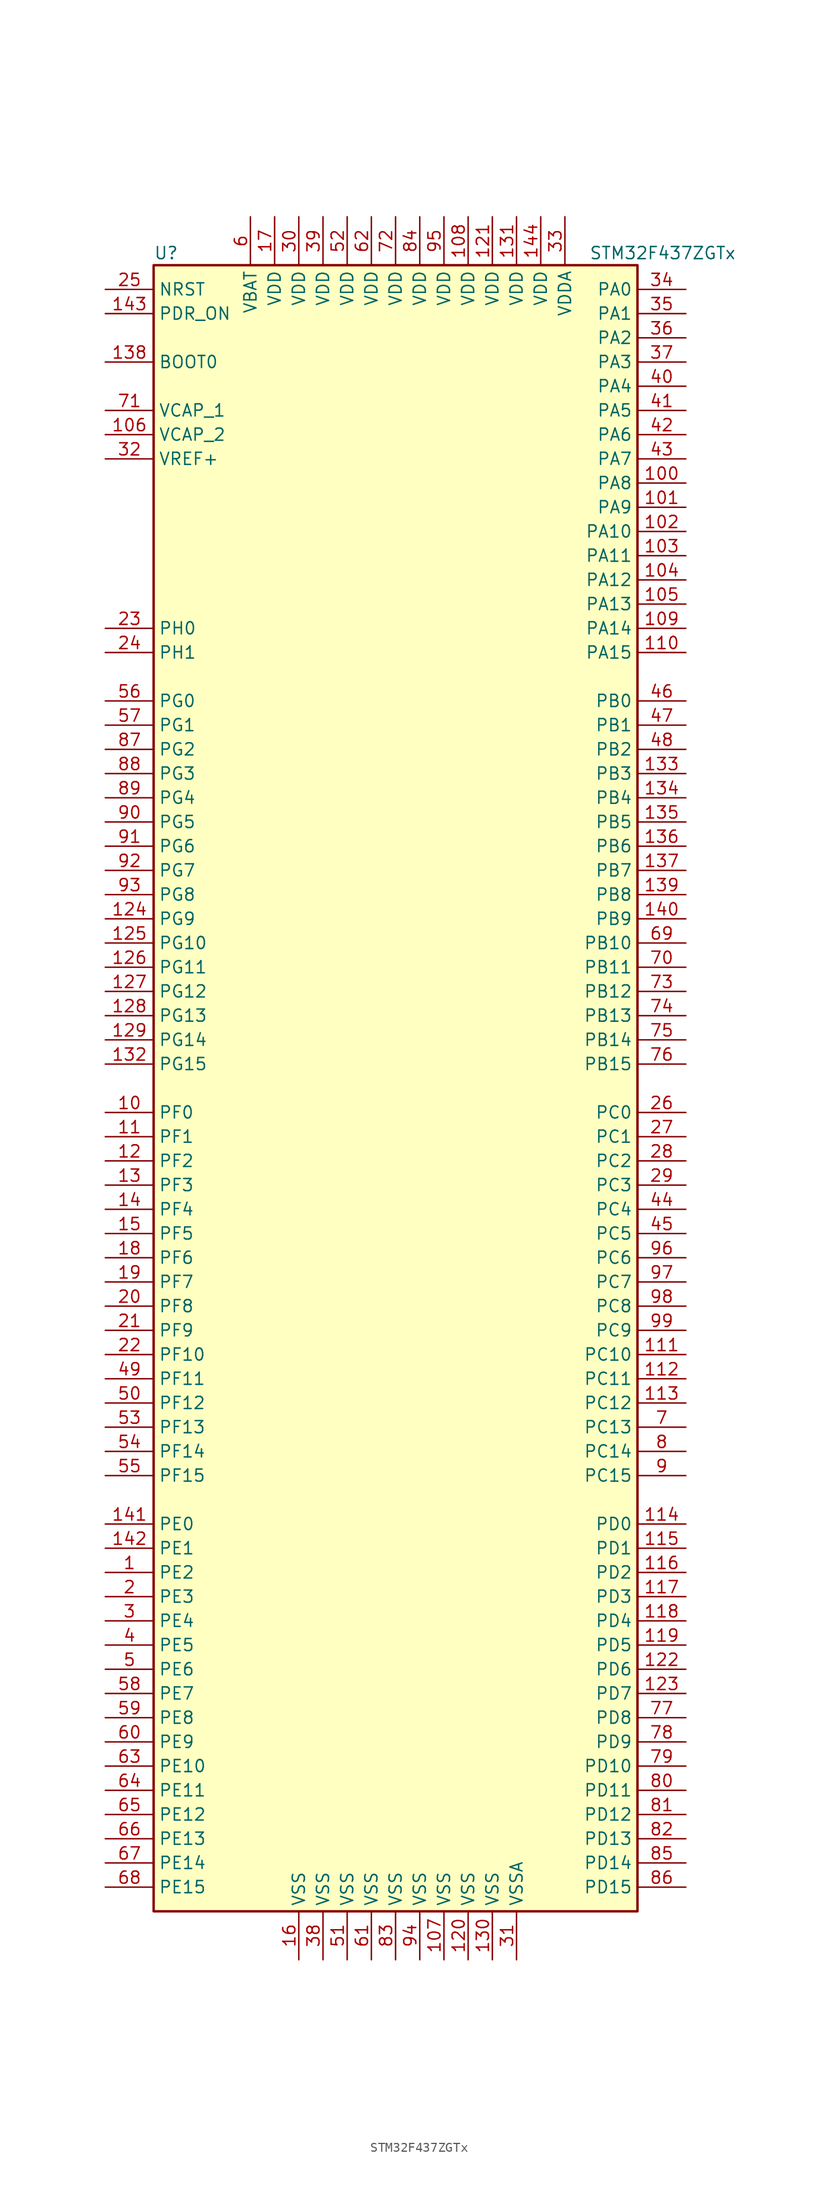
<source format=kicad_sym>
(kicad_symbol_lib
  (version 20201005)
  (generator kicad_symbol_editor)
  (symbol "MCU_ST_STM32F4:STM32F437ZGTx"
    (property "Reference" "U"
      (at -25.4 87.63 0)
      (effects (font (size 1.27 1.27)) (justify left)))
    (property "Value" "STM32F437ZGTx"
      (at 20.32 87.63 0)
      (effects (font (size 1.27 1.27)) (justify left)))
    (symbol "STM32F437ZGTx_0_1"
      (rectangle (start -25.4 -86.36) (end 25.4 86.36) (stroke (width 0.254)) (fill (type background))))
    (symbol "STM32F437ZGTx_1_1"
      (pin input line (at -30.48 76.2 0) (length 5.08) (name "BOOT0" (effects (font (size 1.27 1.27)))) (number "138" (effects (font (size 1.27 1.27)))))
      (pin input line (at -30.48 83.82 0) (length 5.08) (name "NRST" (effects (font (size 1.27 1.27)))) (number "25" (effects (font (size 1.27 1.27)))))
      (pin bidirectional line (at 30.48 83.82 180) (length 5.08) (name "PA0" (effects (font (size 1.27 1.27)))) (number "34" (effects (font (size 1.27 1.27)))))
      (pin bidirectional line (at 30.48 81.28 180) (length 5.08) (name "PA1" (effects (font (size 1.27 1.27)))) (number "35" (effects (font (size 1.27 1.27)))))
      (pin bidirectional line (at 30.48 58.42 180) (length 5.08) (name "PA10" (effects (font (size 1.27 1.27)))) (number "102" (effects (font (size 1.27 1.27)))))
      (pin bidirectional line (at 30.48 55.88 180) (length 5.08) (name "PA11" (effects (font (size 1.27 1.27)))) (number "103" (effects (font (size 1.27 1.27)))))
      (pin bidirectional line (at 30.48 53.34 180) (length 5.08) (name "PA12" (effects (font (size 1.27 1.27)))) (number "104" (effects (font (size 1.27 1.27)))))
      (pin bidirectional line (at 30.48 50.8 180) (length 5.08) (name "PA13" (effects (font (size 1.27 1.27)))) (number "105" (effects (font (size 1.27 1.27)))))
      (pin bidirectional line (at 30.48 48.26 180) (length 5.08) (name "PA14" (effects (font (size 1.27 1.27)))) (number "109" (effects (font (size 1.27 1.27)))))
      (pin bidirectional line (at 30.48 45.72 180) (length 5.08) (name "PA15" (effects (font (size 1.27 1.27)))) (number "110" (effects (font (size 1.27 1.27)))))
      (pin bidirectional line (at 30.48 78.74 180) (length 5.08) (name "PA2" (effects (font (size 1.27 1.27)))) (number "36" (effects (font (size 1.27 1.27)))))
      (pin bidirectional line (at 30.48 76.2 180) (length 5.08) (name "PA3" (effects (font (size 1.27 1.27)))) (number "37" (effects (font (size 1.27 1.27)))))
      (pin bidirectional line (at 30.48 73.66 180) (length 5.08) (name "PA4" (effects (font (size 1.27 1.27)))) (number "40" (effects (font (size 1.27 1.27)))))
      (pin bidirectional line (at 30.48 71.12 180) (length 5.08) (name "PA5" (effects (font (size 1.27 1.27)))) (number "41" (effects (font (size 1.27 1.27)))))
      (pin bidirectional line (at 30.48 68.58 180) (length 5.08) (name "PA6" (effects (font (size 1.27 1.27)))) (number "42" (effects (font (size 1.27 1.27)))))
      (pin bidirectional line (at 30.48 66.04 180) (length 5.08) (name "PA7" (effects (font (size 1.27 1.27)))) (number "43" (effects (font (size 1.27 1.27)))))
      (pin bidirectional line (at 30.48 63.5 180) (length 5.08) (name "PA8" (effects (font (size 1.27 1.27)))) (number "100" (effects (font (size 1.27 1.27)))))
      (pin bidirectional line (at 30.48 60.96 180) (length 5.08) (name "PA9" (effects (font (size 1.27 1.27)))) (number "101" (effects (font (size 1.27 1.27)))))
      (pin bidirectional line (at 30.48 40.64 180) (length 5.08) (name "PB0" (effects (font (size 1.27 1.27)))) (number "46" (effects (font (size 1.27 1.27)))))
      (pin bidirectional line (at 30.48 38.1 180) (length 5.08) (name "PB1" (effects (font (size 1.27 1.27)))) (number "47" (effects (font (size 1.27 1.27)))))
      (pin bidirectional line (at 30.48 15.24 180) (length 5.08) (name "PB10" (effects (font (size 1.27 1.27)))) (number "69" (effects (font (size 1.27 1.27)))))
      (pin bidirectional line (at 30.48 12.7 180) (length 5.08) (name "PB11" (effects (font (size 1.27 1.27)))) (number "70" (effects (font (size 1.27 1.27)))))
      (pin bidirectional line (at 30.48 10.16 180) (length 5.08) (name "PB12" (effects (font (size 1.27 1.27)))) (number "73" (effects (font (size 1.27 1.27)))))
      (pin bidirectional line (at 30.48 7.62 180) (length 5.08) (name "PB13" (effects (font (size 1.27 1.27)))) (number "74" (effects (font (size 1.27 1.27)))))
      (pin bidirectional line (at 30.48 5.08 180) (length 5.08) (name "PB14" (effects (font (size 1.27 1.27)))) (number "75" (effects (font (size 1.27 1.27)))))
      (pin bidirectional line (at 30.48 2.54 180) (length 5.08) (name "PB15" (effects (font (size 1.27 1.27)))) (number "76" (effects (font (size 1.27 1.27)))))
      (pin bidirectional line (at 30.48 35.56 180) (length 5.08) (name "PB2" (effects (font (size 1.27 1.27)))) (number "48" (effects (font (size 1.27 1.27)))))
      (pin bidirectional line (at 30.48 33.02 180) (length 5.08) (name "PB3" (effects (font (size 1.27 1.27)))) (number "133" (effects (font (size 1.27 1.27)))))
      (pin bidirectional line (at 30.48 30.48 180) (length 5.08) (name "PB4" (effects (font (size 1.27 1.27)))) (number "134" (effects (font (size 1.27 1.27)))))
      (pin bidirectional line (at 30.48 27.94 180) (length 5.08) (name "PB5" (effects (font (size 1.27 1.27)))) (number "135" (effects (font (size 1.27 1.27)))))
      (pin bidirectional line (at 30.48 25.4 180) (length 5.08) (name "PB6" (effects (font (size 1.27 1.27)))) (number "136" (effects (font (size 1.27 1.27)))))
      (pin bidirectional line (at 30.48 22.86 180) (length 5.08) (name "PB7" (effects (font (size 1.27 1.27)))) (number "137" (effects (font (size 1.27 1.27)))))
      (pin bidirectional line (at 30.48 20.32 180) (length 5.08) (name "PB8" (effects (font (size 1.27 1.27)))) (number "139" (effects (font (size 1.27 1.27)))))
      (pin bidirectional line (at 30.48 17.78 180) (length 5.08) (name "PB9" (effects (font (size 1.27 1.27)))) (number "140" (effects (font (size 1.27 1.27)))))
      (pin bidirectional line (at 30.48 -2.54 180) (length 5.08) (name "PC0" (effects (font (size 1.27 1.27)))) (number "26" (effects (font (size 1.27 1.27)))))
      (pin bidirectional line (at 30.48 -5.08 180) (length 5.08) (name "PC1" (effects (font (size 1.27 1.27)))) (number "27" (effects (font (size 1.27 1.27)))))
      (pin bidirectional line (at 30.48 -27.94 180) (length 5.08) (name "PC10" (effects (font (size 1.27 1.27)))) (number "111" (effects (font (size 1.27 1.27)))))
      (pin bidirectional line (at 30.48 -30.48 180) (length 5.08) (name "PC11" (effects (font (size 1.27 1.27)))) (number "112" (effects (font (size 1.27 1.27)))))
      (pin bidirectional line (at 30.48 -33.02 180) (length 5.08) (name "PC12" (effects (font (size 1.27 1.27)))) (number "113" (effects (font (size 1.27 1.27)))))
      (pin bidirectional line (at 30.48 -35.56 180) (length 5.08) (name "PC13" (effects (font (size 1.27 1.27)))) (number "7" (effects (font (size 1.27 1.27)))))
      (pin bidirectional line (at 30.48 -38.1 180) (length 5.08) (name "PC14" (effects (font (size 1.27 1.27)))) (number "8" (effects (font (size 1.27 1.27)))))
      (pin bidirectional line (at 30.48 -40.64 180) (length 5.08) (name "PC15" (effects (font (size 1.27 1.27)))) (number "9" (effects (font (size 1.27 1.27)))))
      (pin bidirectional line (at 30.48 -7.62 180) (length 5.08) (name "PC2" (effects (font (size 1.27 1.27)))) (number "28" (effects (font (size 1.27 1.27)))))
      (pin bidirectional line (at 30.48 -10.16 180) (length 5.08) (name "PC3" (effects (font (size 1.27 1.27)))) (number "29" (effects (font (size 1.27 1.27)))))
      (pin bidirectional line (at 30.48 -12.7 180) (length 5.08) (name "PC4" (effects (font (size 1.27 1.27)))) (number "44" (effects (font (size 1.27 1.27)))))
      (pin bidirectional line (at 30.48 -15.24 180) (length 5.08) (name "PC5" (effects (font (size 1.27 1.27)))) (number "45" (effects (font (size 1.27 1.27)))))
      (pin bidirectional line (at 30.48 -17.78 180) (length 5.08) (name "PC6" (effects (font (size 1.27 1.27)))) (number "96" (effects (font (size 1.27 1.27)))))
      (pin bidirectional line (at 30.48 -20.32 180) (length 5.08) (name "PC7" (effects (font (size 1.27 1.27)))) (number "97" (effects (font (size 1.27 1.27)))))
      (pin bidirectional line (at 30.48 -22.86 180) (length 5.08) (name "PC8" (effects (font (size 1.27 1.27)))) (number "98" (effects (font (size 1.27 1.27)))))
      (pin bidirectional line (at 30.48 -25.4 180) (length 5.08) (name "PC9" (effects (font (size 1.27 1.27)))) (number "99" (effects (font (size 1.27 1.27)))))
      (pin bidirectional line (at 30.48 -45.72 180) (length 5.08) (name "PD0" (effects (font (size 1.27 1.27)))) (number "114" (effects (font (size 1.27 1.27)))))
      (pin bidirectional line (at 30.48 -48.26 180) (length 5.08) (name "PD1" (effects (font (size 1.27 1.27)))) (number "115" (effects (font (size 1.27 1.27)))))
      (pin bidirectional line (at 30.48 -71.12 180) (length 5.08) (name "PD10" (effects (font (size 1.27 1.27)))) (number "79" (effects (font (size 1.27 1.27)))))
      (pin bidirectional line (at 30.48 -73.66 180) (length 5.08) (name "PD11" (effects (font (size 1.27 1.27)))) (number "80" (effects (font (size 1.27 1.27)))))
      (pin bidirectional line (at 30.48 -76.2 180) (length 5.08) (name "PD12" (effects (font (size 1.27 1.27)))) (number "81" (effects (font (size 1.27 1.27)))))
      (pin bidirectional line (at 30.48 -78.74 180) (length 5.08) (name "PD13" (effects (font (size 1.27 1.27)))) (number "82" (effects (font (size 1.27 1.27)))))
      (pin bidirectional line (at 30.48 -81.28 180) (length 5.08) (name "PD14" (effects (font (size 1.27 1.27)))) (number "85" (effects (font (size 1.27 1.27)))))
      (pin bidirectional line (at 30.48 -83.82 180) (length 5.08) (name "PD15" (effects (font (size 1.27 1.27)))) (number "86" (effects (font (size 1.27 1.27)))))
      (pin bidirectional line (at 30.48 -50.8 180) (length 5.08) (name "PD2" (effects (font (size 1.27 1.27)))) (number "116" (effects (font (size 1.27 1.27)))))
      (pin bidirectional line (at 30.48 -53.34 180) (length 5.08) (name "PD3" (effects (font (size 1.27 1.27)))) (number "117" (effects (font (size 1.27 1.27)))))
      (pin bidirectional line (at 30.48 -55.88 180) (length 5.08) (name "PD4" (effects (font (size 1.27 1.27)))) (number "118" (effects (font (size 1.27 1.27)))))
      (pin bidirectional line (at 30.48 -58.42 180) (length 5.08) (name "PD5" (effects (font (size 1.27 1.27)))) (number "119" (effects (font (size 1.27 1.27)))))
      (pin bidirectional line (at 30.48 -60.96 180) (length 5.08) (name "PD6" (effects (font (size 1.27 1.27)))) (number "122" (effects (font (size 1.27 1.27)))))
      (pin bidirectional line (at 30.48 -63.5 180) (length 5.08) (name "PD7" (effects (font (size 1.27 1.27)))) (number "123" (effects (font (size 1.27 1.27)))))
      (pin bidirectional line (at 30.48 -66.04 180) (length 5.08) (name "PD8" (effects (font (size 1.27 1.27)))) (number "77" (effects (font (size 1.27 1.27)))))
      (pin bidirectional line (at 30.48 -68.58 180) (length 5.08) (name "PD9" (effects (font (size 1.27 1.27)))) (number "78" (effects (font (size 1.27 1.27)))))
      (pin input line (at -30.48 81.28 0) (length 5.08) (name "PDR_ON" (effects (font (size 1.27 1.27)))) (number "143" (effects (font (size 1.27 1.27)))))
      (pin bidirectional line (at -30.48 -45.72 0) (length 5.08) (name "PE0" (effects (font (size 1.27 1.27)))) (number "141" (effects (font (size 1.27 1.27)))))
      (pin bidirectional line (at -30.48 -48.26 0) (length 5.08) (name "PE1" (effects (font (size 1.27 1.27)))) (number "142" (effects (font (size 1.27 1.27)))))
      (pin bidirectional line (at -30.48 -71.12 0) (length 5.08) (name "PE10" (effects (font (size 1.27 1.27)))) (number "63" (effects (font (size 1.27 1.27)))))
      (pin bidirectional line (at -30.48 -73.66 0) (length 5.08) (name "PE11" (effects (font (size 1.27 1.27)))) (number "64" (effects (font (size 1.27 1.27)))))
      (pin bidirectional line (at -30.48 -76.2 0) (length 5.08) (name "PE12" (effects (font (size 1.27 1.27)))) (number "65" (effects (font (size 1.27 1.27)))))
      (pin bidirectional line (at -30.48 -78.74 0) (length 5.08) (name "PE13" (effects (font (size 1.27 1.27)))) (number "66" (effects (font (size 1.27 1.27)))))
      (pin bidirectional line (at -30.48 -81.28 0) (length 5.08) (name "PE14" (effects (font (size 1.27 1.27)))) (number "67" (effects (font (size 1.27 1.27)))))
      (pin bidirectional line (at -30.48 -83.82 0) (length 5.08) (name "PE15" (effects (font (size 1.27 1.27)))) (number "68" (effects (font (size 1.27 1.27)))))
      (pin bidirectional line (at -30.48 -50.8 0) (length 5.08) (name "PE2" (effects (font (size 1.27 1.27)))) (number "1" (effects (font (size 1.27 1.27)))))
      (pin bidirectional line (at -30.48 -53.34 0) (length 5.08) (name "PE3" (effects (font (size 1.27 1.27)))) (number "2" (effects (font (size 1.27 1.27)))))
      (pin bidirectional line (at -30.48 -55.88 0) (length 5.08) (name "PE4" (effects (font (size 1.27 1.27)))) (number "3" (effects (font (size 1.27 1.27)))))
      (pin bidirectional line (at -30.48 -58.42 0) (length 5.08) (name "PE5" (effects (font (size 1.27 1.27)))) (number "4" (effects (font (size 1.27 1.27)))))
      (pin bidirectional line (at -30.48 -60.96 0) (length 5.08) (name "PE6" (effects (font (size 1.27 1.27)))) (number "5" (effects (font (size 1.27 1.27)))))
      (pin bidirectional line (at -30.48 -63.5 0) (length 5.08) (name "PE7" (effects (font (size 1.27 1.27)))) (number "58" (effects (font (size 1.27 1.27)))))
      (pin bidirectional line (at -30.48 -66.04 0) (length 5.08) (name "PE8" (effects (font (size 1.27 1.27)))) (number "59" (effects (font (size 1.27 1.27)))))
      (pin bidirectional line (at -30.48 -68.58 0) (length 5.08) (name "PE9" (effects (font (size 1.27 1.27)))) (number "60" (effects (font (size 1.27 1.27)))))
      (pin bidirectional line (at -30.48 -2.54 0) (length 5.08) (name "PF0" (effects (font (size 1.27 1.27)))) (number "10" (effects (font (size 1.27 1.27)))))
      (pin bidirectional line (at -30.48 -5.08 0) (length 5.08) (name "PF1" (effects (font (size 1.27 1.27)))) (number "11" (effects (font (size 1.27 1.27)))))
      (pin bidirectional line (at -30.48 -27.94 0) (length 5.08) (name "PF10" (effects (font (size 1.27 1.27)))) (number "22" (effects (font (size 1.27 1.27)))))
      (pin bidirectional line (at -30.48 -30.48 0) (length 5.08) (name "PF11" (effects (font (size 1.27 1.27)))) (number "49" (effects (font (size 1.27 1.27)))))
      (pin bidirectional line (at -30.48 -33.02 0) (length 5.08) (name "PF12" (effects (font (size 1.27 1.27)))) (number "50" (effects (font (size 1.27 1.27)))))
      (pin bidirectional line (at -30.48 -35.56 0) (length 5.08) (name "PF13" (effects (font (size 1.27 1.27)))) (number "53" (effects (font (size 1.27 1.27)))))
      (pin bidirectional line (at -30.48 -38.1 0) (length 5.08) (name "PF14" (effects (font (size 1.27 1.27)))) (number "54" (effects (font (size 1.27 1.27)))))
      (pin bidirectional line (at -30.48 -40.64 0) (length 5.08) (name "PF15" (effects (font (size 1.27 1.27)))) (number "55" (effects (font (size 1.27 1.27)))))
      (pin bidirectional line (at -30.48 -7.62 0) (length 5.08) (name "PF2" (effects (font (size 1.27 1.27)))) (number "12" (effects (font (size 1.27 1.27)))))
      (pin bidirectional line (at -30.48 -10.16 0) (length 5.08) (name "PF3" (effects (font (size 1.27 1.27)))) (number "13" (effects (font (size 1.27 1.27)))))
      (pin bidirectional line (at -30.48 -12.7 0) (length 5.08) (name "PF4" (effects (font (size 1.27 1.27)))) (number "14" (effects (font (size 1.27 1.27)))))
      (pin bidirectional line (at -30.48 -15.24 0) (length 5.08) (name "PF5" (effects (font (size 1.27 1.27)))) (number "15" (effects (font (size 1.27 1.27)))))
      (pin bidirectional line (at -30.48 -17.78 0) (length 5.08) (name "PF6" (effects (font (size 1.27 1.27)))) (number "18" (effects (font (size 1.27 1.27)))))
      (pin bidirectional line (at -30.48 -20.32 0) (length 5.08) (name "PF7" (effects (font (size 1.27 1.27)))) (number "19" (effects (font (size 1.27 1.27)))))
      (pin bidirectional line (at -30.48 -22.86 0) (length 5.08) (name "PF8" (effects (font (size 1.27 1.27)))) (number "20" (effects (font (size 1.27 1.27)))))
      (pin bidirectional line (at -30.48 -25.4 0) (length 5.08) (name "PF9" (effects (font (size 1.27 1.27)))) (number "21" (effects (font (size 1.27 1.27)))))
      (pin bidirectional line (at -30.48 40.64 0) (length 5.08) (name "PG0" (effects (font (size 1.27 1.27)))) (number "56" (effects (font (size 1.27 1.27)))))
      (pin bidirectional line (at -30.48 38.1 0) (length 5.08) (name "PG1" (effects (font (size 1.27 1.27)))) (number "57" (effects (font (size 1.27 1.27)))))
      (pin bidirectional line (at -30.48 15.24 0) (length 5.08) (name "PG10" (effects (font (size 1.27 1.27)))) (number "125" (effects (font (size 1.27 1.27)))))
      (pin bidirectional line (at -30.48 12.7 0) (length 5.08) (name "PG11" (effects (font (size 1.27 1.27)))) (number "126" (effects (font (size 1.27 1.27)))))
      (pin bidirectional line (at -30.48 10.16 0) (length 5.08) (name "PG12" (effects (font (size 1.27 1.27)))) (number "127" (effects (font (size 1.27 1.27)))))
      (pin bidirectional line (at -30.48 7.62 0) (length 5.08) (name "PG13" (effects (font (size 1.27 1.27)))) (number "128" (effects (font (size 1.27 1.27)))))
      (pin bidirectional line (at -30.48 5.08 0) (length 5.08) (name "PG14" (effects (font (size 1.27 1.27)))) (number "129" (effects (font (size 1.27 1.27)))))
      (pin bidirectional line (at -30.48 2.54 0) (length 5.08) (name "PG15" (effects (font (size 1.27 1.27)))) (number "132" (effects (font (size 1.27 1.27)))))
      (pin bidirectional line (at -30.48 35.56 0) (length 5.08) (name "PG2" (effects (font (size 1.27 1.27)))) (number "87" (effects (font (size 1.27 1.27)))))
      (pin bidirectional line (at -30.48 33.02 0) (length 5.08) (name "PG3" (effects (font (size 1.27 1.27)))) (number "88" (effects (font (size 1.27 1.27)))))
      (pin bidirectional line (at -30.48 30.48 0) (length 5.08) (name "PG4" (effects (font (size 1.27 1.27)))) (number "89" (effects (font (size 1.27 1.27)))))
      (pin bidirectional line (at -30.48 27.94 0) (length 5.08) (name "PG5" (effects (font (size 1.27 1.27)))) (number "90" (effects (font (size 1.27 1.27)))))
      (pin bidirectional line (at -30.48 25.4 0) (length 5.08) (name "PG6" (effects (font (size 1.27 1.27)))) (number "91" (effects (font (size 1.27 1.27)))))
      (pin bidirectional line (at -30.48 22.86 0) (length 5.08) (name "PG7" (effects (font (size 1.27 1.27)))) (number "92" (effects (font (size 1.27 1.27)))))
      (pin bidirectional line (at -30.48 20.32 0) (length 5.08) (name "PG8" (effects (font (size 1.27 1.27)))) (number "93" (effects (font (size 1.27 1.27)))))
      (pin bidirectional line (at -30.48 17.78 0) (length 5.08) (name "PG9" (effects (font (size 1.27 1.27)))) (number "124" (effects (font (size 1.27 1.27)))))
      (pin input line (at -30.48 48.26 0) (length 5.08) (name "PH0" (effects (font (size 1.27 1.27)))) (number "23" (effects (font (size 1.27 1.27)))))
      (pin input line (at -30.48 45.72 0) (length 5.08) (name "PH1" (effects (font (size 1.27 1.27)))) (number "24" (effects (font (size 1.27 1.27)))))
      (pin power_in line (at -15.24 91.44 270) (length 5.08) (name "VBAT" (effects (font (size 1.27 1.27)))) (number "6" (effects (font (size 1.27 1.27)))))
      (pin power_in line (at -30.48 71.12 0) (length 5.08) (name "VCAP_1" (effects (font (size 1.27 1.27)))) (number "71" (effects (font (size 1.27 1.27)))))
      (pin power_in line (at -30.48 68.58 0) (length 5.08) (name "VCAP_2" (effects (font (size 1.27 1.27)))) (number "106" (effects (font (size 1.27 1.27)))))
      (pin power_in line (at 7.62 91.44 270) (length 5.08) (name "VDD" (effects (font (size 1.27 1.27)))) (number "108" (effects (font (size 1.27 1.27)))))
      (pin power_in line (at 10.16 91.44 270) (length 5.08) (name "VDD" (effects (font (size 1.27 1.27)))) (number "121" (effects (font (size 1.27 1.27)))))
      (pin power_in line (at 12.7 91.44 270) (length 5.08) (name "VDD" (effects (font (size 1.27 1.27)))) (number "131" (effects (font (size 1.27 1.27)))))
      (pin power_in line (at 15.24 91.44 270) (length 5.08) (name "VDD" (effects (font (size 1.27 1.27)))) (number "144" (effects (font (size 1.27 1.27)))))
      (pin power_in line (at -12.7 91.44 270) (length 5.08) (name "VDD" (effects (font (size 1.27 1.27)))) (number "17" (effects (font (size 1.27 1.27)))))
      (pin power_in line (at -10.16 91.44 270) (length 5.08) (name "VDD" (effects (font (size 1.27 1.27)))) (number "30" (effects (font (size 1.27 1.27)))))
      (pin power_in line (at -7.62 91.44 270) (length 5.08) (name "VDD" (effects (font (size 1.27 1.27)))) (number "39" (effects (font (size 1.27 1.27)))))
      (pin power_in line (at -5.08 91.44 270) (length 5.08) (name "VDD" (effects (font (size 1.27 1.27)))) (number "52" (effects (font (size 1.27 1.27)))))
      (pin power_in line (at -2.54 91.44 270) (length 5.08) (name "VDD" (effects (font (size 1.27 1.27)))) (number "62" (effects (font (size 1.27 1.27)))))
      (pin power_in line (at 0 91.44 270) (length 5.08) (name "VDD" (effects (font (size 1.27 1.27)))) (number "72" (effects (font (size 1.27 1.27)))))
      (pin power_in line (at 2.54 91.44 270) (length 5.08) (name "VDD" (effects (font (size 1.27 1.27)))) (number "84" (effects (font (size 1.27 1.27)))))
      (pin power_in line (at 5.08 91.44 270) (length 5.08) (name "VDD" (effects (font (size 1.27 1.27)))) (number "95" (effects (font (size 1.27 1.27)))))
      (pin power_in line (at 17.78 91.44 270) (length 5.08) (name "VDDA" (effects (font (size 1.27 1.27)))) (number "33" (effects (font (size 1.27 1.27)))))
      (pin power_in line (at -30.48 66.04 0) (length 5.08) (name "VREF+" (effects (font (size 1.27 1.27)))) (number "32" (effects (font (size 1.27 1.27)))))
      (pin power_in line (at 5.08 -91.44 90) (length 5.08) (name "VSS" (effects (font (size 1.27 1.27)))) (number "107" (effects (font (size 1.27 1.27)))))
      (pin power_in line (at 7.62 -91.44 90) (length 5.08) (name "VSS" (effects (font (size 1.27 1.27)))) (number "120" (effects (font (size 1.27 1.27)))))
      (pin power_in line (at 10.16 -91.44 90) (length 5.08) (name "VSS" (effects (font (size 1.27 1.27)))) (number "130" (effects (font (size 1.27 1.27)))))
      (pin power_in line (at -10.16 -91.44 90) (length 5.08) (name "VSS" (effects (font (size 1.27 1.27)))) (number "16" (effects (font (size 1.27 1.27)))))
      (pin power_in line (at -7.62 -91.44 90) (length 5.08) (name "VSS" (effects (font (size 1.27 1.27)))) (number "38" (effects (font (size 1.27 1.27)))))
      (pin power_in line (at -5.08 -91.44 90) (length 5.08) (name "VSS" (effects (font (size 1.27 1.27)))) (number "51" (effects (font (size 1.27 1.27)))))
      (pin power_in line (at -2.54 -91.44 90) (length 5.08) (name "VSS" (effects (font (size 1.27 1.27)))) (number "61" (effects (font (size 1.27 1.27)))))
      (pin power_in line (at 0 -91.44 90) (length 5.08) (name "VSS" (effects (font (size 1.27 1.27)))) (number "83" (effects (font (size 1.27 1.27)))))
      (pin power_in line (at 2.54 -91.44 90) (length 5.08) (name "VSS" (effects (font (size 1.27 1.27)))) (number "94" (effects (font (size 1.27 1.27)))))
      (pin power_in line (at 12.7 -91.44 90) (length 5.08) (name "VSSA" (effects (font (size 1.27 1.27)))) (number "31" (effects (font (size 1.27 1.27))))))))
</source>
